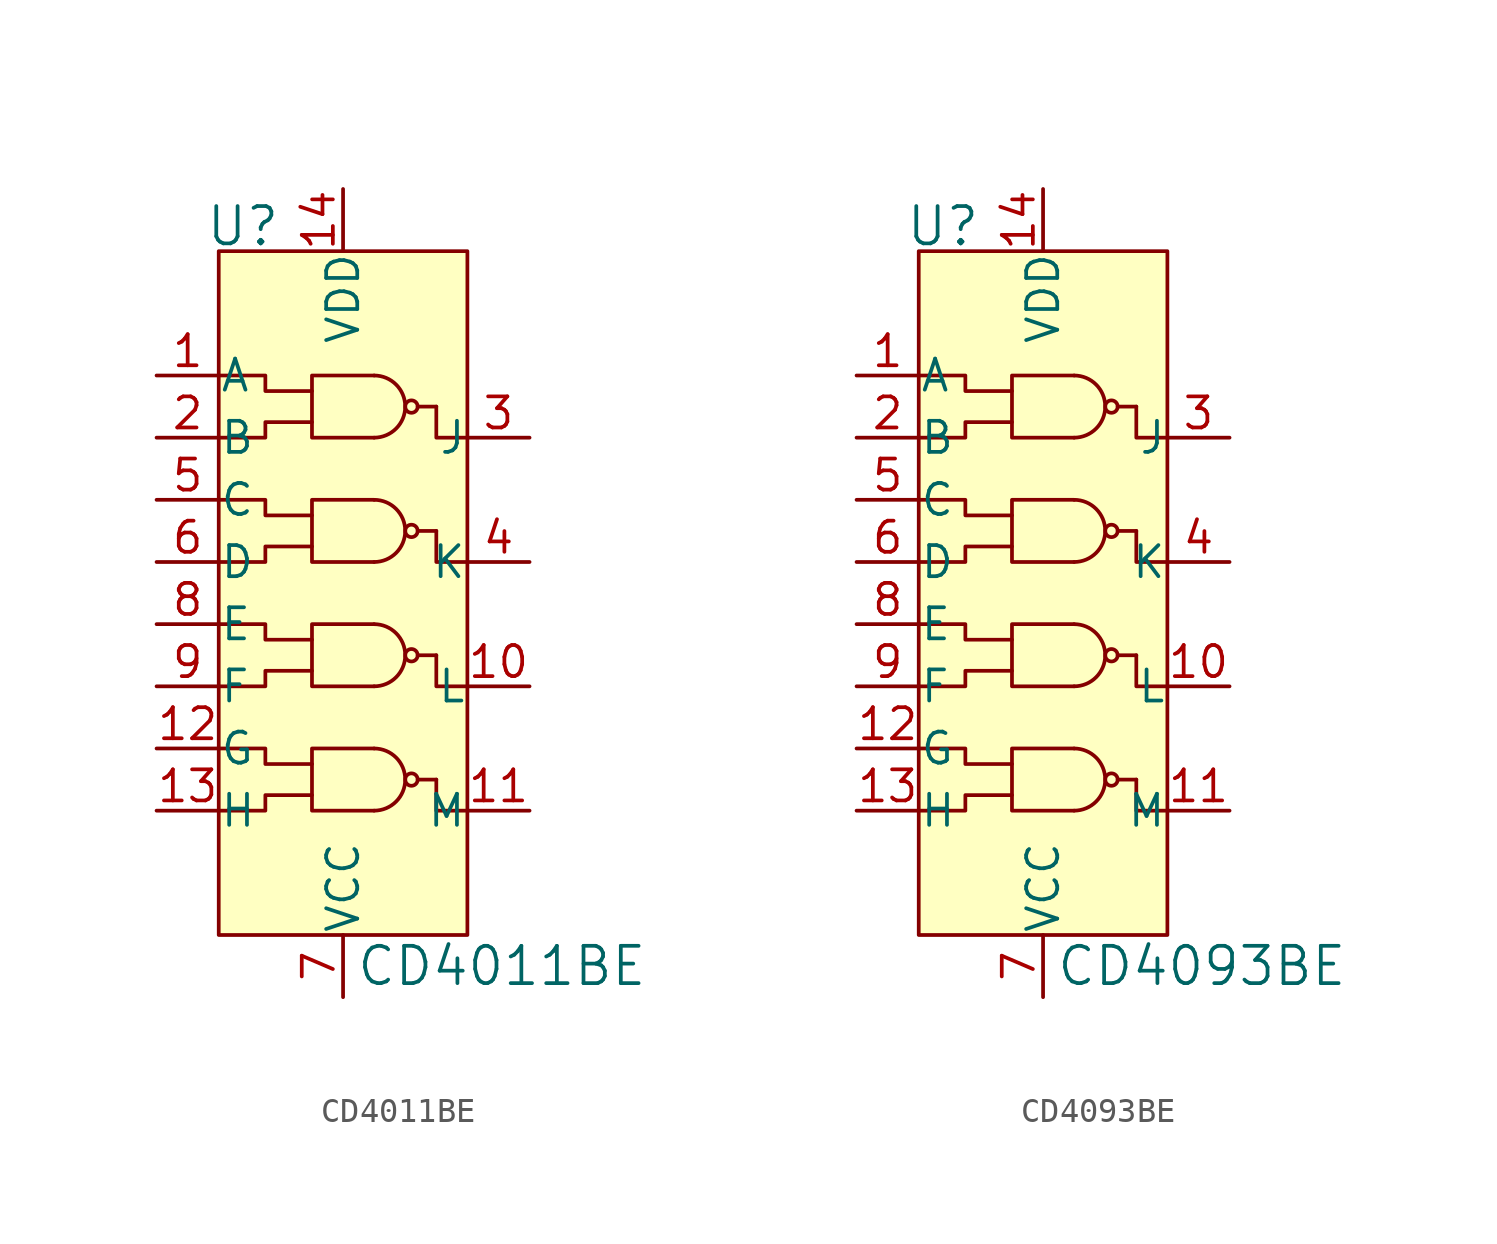
<source format=kicad_sym>
(kicad_symbol_lib
  (version 20211014)
  (generator kicad_symbol_editor)
  (symbol "CD4011BE"
    (pin_names
      (offset 0.025))
    (property "Reference" "U"
      (at -5.08 11.176 0)
      (effects (font (size 1.524 1.524)) (justify right)))
    (property "Value" "CD4011BE"
      (at -2.032 -19.05 0)
      (effects (font (size 1.524 1.524)) (justify left)))
    (symbol "CD4011BE_0_1"
      (rectangle (start -7.62 10.16) (end 2.54 -17.78) (stroke (width 0) (type default) (color 0 0 0 0)) (fill (type background)))
      (arc (start -1.27 -12.7) (mid 0 -11.43) (end -1.27 -10.16) (stroke (width 0) (type default) (color 0 0 0 0)) (fill (type none)))
      (arc (start -1.27 -7.62) (mid 0 -6.35) (end -1.27 -5.08) (stroke (width 0) (type default) (color 0 0 0 0)) (fill (type none)))
      (arc (start -1.27 -2.54) (mid 0 -1.27) (end -1.27 0) (stroke (width 0) (type default) (color 0 0 0 0)) (fill (type none)))
      (arc (start -1.27 2.54) (mid 0 3.81) (end -1.27 5.08) (stroke (width 0) (type default) (color 0 0 0 0)) (fill (type none)))
      (polyline (pts (xy 0.508 -11.43) (xy 1.27 -11.43)) (stroke (width 0) (type default) (color 0 0 0 0)) (fill (type none)))
      (polyline (pts (xy 0.508 3.81) (xy 1.27 3.81)) (stroke (width 0) (type default) (color 0 0 0 0)) (fill (type none)))
      (polyline (pts (xy 1.27 -6.35) (xy 0.508 -6.35)) (stroke (width 0) (type default) (color 0 0 0 0)) (fill (type none)))
      (polyline (pts (xy 1.27 -1.27) (xy 0.508 -1.27)) (stroke (width 0) (type default) (color 0 0 0 0)) (fill (type none)))
      (polyline (pts (xy 1.27 -11.43) (xy 1.27 -12.7) (xy 2.54 -12.7)) (stroke (width 0) (type default) (color 0 0 0 0)) (fill (type none)))
      (polyline (pts (xy 1.27 -6.35) (xy 1.27 -7.62) (xy 2.54 -7.62)) (stroke (width 0) (type default) (color 0 0 0 0)) (fill (type none)))
      (polyline (pts (xy 1.27 -1.27) (xy 1.27 -2.54) (xy 2.54 -2.54)) (stroke (width 0) (type default) (color 0 0 0 0)) (fill (type none)))
      (polyline (pts (xy 1.27 3.81) (xy 1.27 2.54) (xy 2.54 2.54)) (stroke (width 0) (type default) (color 0 0 0 0)) (fill (type none)))
      (polyline (pts (xy -7.62 -12.7) (xy -5.715 -12.7) (xy -5.715 -12.065) (xy -3.81 -12.065)) (stroke (width 0) (type default) (color 0 0 0 0)) (fill (type none)))
      (polyline (pts (xy -7.62 -7.62) (xy -5.715 -7.62) (xy -5.715 -6.985) (xy -3.81 -6.985)) (stroke (width 0) (type default) (color 0 0 0 0)) (fill (type none)))
      (polyline (pts (xy -7.62 -2.54) (xy -5.715 -2.54) (xy -5.715 -1.905) (xy -3.81 -1.905)) (stroke (width 0) (type default) (color 0 0 0 0)) (fill (type none)))
      (polyline (pts (xy -3.81 -10.795) (xy -5.715 -10.795) (xy -5.715 -10.16) (xy -7.62 -10.16)) (stroke (width 0) (type default) (color 0 0 0 0)) (fill (type none)))
      (polyline (pts (xy -3.81 -5.715) (xy -5.715 -5.715) (xy -5.715 -5.08) (xy -7.62 -5.08)) (stroke (width 0) (type default) (color 0 0 0 0)) (fill (type none)))
      (polyline (pts (xy -3.81 -0.635) (xy -5.715 -0.635) (xy -5.715 0) (xy -7.62 0)) (stroke (width 0) (type default) (color 0 0 0 0)) (fill (type none)))
      (polyline (pts (xy -3.81 3.175) (xy -5.715 3.175) (xy -5.715 2.54) (xy -7.62 2.54)) (stroke (width 0) (type default) (color 0 0 0 0)) (fill (type none)))
      (polyline (pts (xy -3.81 4.445) (xy -5.715 4.445) (xy -5.715 5.08) (xy -7.62 5.08)) (stroke (width 0) (type default) (color 0 0 0 0)) (fill (type none)))
      (polyline (pts (xy -1.27 -10.16) (xy -3.81 -10.16) (xy -3.81 -12.7) (xy -1.27 -12.7)) (stroke (width 0) (type default) (color 0 0 0 0)) (fill (type none)))
      (polyline (pts (xy -1.27 -5.08) (xy -3.81 -5.08) (xy -3.81 -7.62) (xy -1.27 -7.62)) (stroke (width 0) (type default) (color 0 0 0 0)) (fill (type none)))
      (polyline (pts (xy -1.27 0) (xy -3.81 0) (xy -3.81 -2.54) (xy -1.27 -2.54)) (stroke (width 0) (type default) (color 0 0 0 0)) (fill (type none)))
      (polyline (pts (xy -1.27 5.08) (xy -3.81 5.08) (xy -3.81 2.54) (xy -1.27 2.54)) (stroke (width 0) (type default) (color 0 0 0 0)) (fill (type none)))
      (circle (center 0.254 -11.43) (radius 0.254) (stroke (width 0) (type default) (color 0 0 0 0)) (fill (type none)))
      (circle (center 0.254 -6.35) (radius 0.254) (stroke (width 0) (type default) (color 0 0 0 0)) (fill (type none)))
      (circle (center 0.254 -1.27) (radius 0.254) (stroke (width 0) (type default) (color 0 0 0 0)) (fill (type none)))
      (circle (center 0.254 3.81) (radius 0.254) (stroke (width 0) (type default) (color 0 0 0 0)) (fill (type none))))
    (symbol "CD4011BE_1_1"
      (pin input line (at -10.16 5.08 0) (length 2.54) (name "A" (effects (font (size 1.27 1.27)))) (number "1" (effects (font (size 1.27 1.27)))))
      (pin output line (at 5.08 -7.62 180) (length 2.54) (name "L" (effects (font (size 1.27 1.27)))) (number "10" (effects (font (size 1.27 1.27)))))
      (pin output line (at 5.08 -12.7 180) (length 2.54) (name "M" (effects (font (size 1.27 1.27)))) (number "11" (effects (font (size 1.27 1.27)))))
      (pin input line (at -10.16 -10.16 0) (length 2.54) (name "G" (effects (font (size 1.27 1.27)))) (number "12" (effects (font (size 1.27 1.27)))))
      (pin input line (at -10.16 -12.7 0) (length 2.54) (name "H" (effects (font (size 1.27 1.27)))) (number "13" (effects (font (size 1.27 1.27)))))
      (pin power_in line (at -2.54 12.7 270) (length 2.54) (name "VDD" (effects (font (size 1.27 1.27)))) (number "14" (effects (font (size 1.27 1.27)))))
      (pin input line (at -10.16 2.54 0) (length 2.54) (name "B" (effects (font (size 1.27 1.27)))) (number "2" (effects (font (size 1.27 1.27)))))
      (pin output line (at 5.08 2.54 180) (length 2.54) (name "J" (effects (font (size 1.27 1.27)))) (number "3" (effects (font (size 1.27 1.27)))))
      (pin output line (at 5.08 -2.54 180) (length 2.54) (name "K" (effects (font (size 1.27 1.27)))) (number "4" (effects (font (size 1.27 1.27)))))
      (pin input line (at -10.16 0 0) (length 2.54) (name "C" (effects (font (size 1.27 1.27)))) (number "5" (effects (font (size 1.27 1.27)))))
      (pin input line (at -10.16 -2.54 0) (length 2.54) (name "D" (effects (font (size 1.27 1.27)))) (number "6" (effects (font (size 1.27 1.27)))))
      (pin power_in line (at -2.54 -20.32 90) (length 2.54) (name "VCC" (effects (font (size 1.27 1.27)))) (number "7" (effects (font (size 1.27 1.27)))))
      (pin input line (at -10.16 -5.08 0) (length 2.54) (name "E" (effects (font (size 1.27 1.27)))) (number "8" (effects (font (size 1.27 1.27)))))
      (pin input line (at -10.16 -7.62 0) (length 2.54) (name "F" (effects (font (size 1.27 1.27)))) (number "9" (effects (font (size 1.27 1.27)))))))
  (symbol "CD4093BE"
    (pin_names
      (offset 0.025))
    (property "Reference" "U"
      (at -2.54 11.176 0)
      (effects (font (size 1.524 1.524)) (justify right)))
    (property "Value" "CD4093BE"
      (at 0.508 -19.05 0)
      (effects (font (size 1.524 1.524)) (justify left)))
    (symbol "CD4093BE_0_1"
      (rectangle (start -5.08 10.16) (end 5.08 -17.78) (stroke (width 0) (type default) (color 0 0 0 0)) (fill (type background)))
      (polyline (pts (xy 3.048 -11.43) (xy 3.81 -11.43)) (stroke (width 0) (type default) (color 0 0 0 0)) (fill (type none)))
      (polyline (pts (xy 3.048 3.81) (xy 3.81 3.81)) (stroke (width 0) (type default) (color 0 0 0 0)) (fill (type none)))
      (polyline (pts (xy 3.81 -6.35) (xy 3.048 -6.35)) (stroke (width 0) (type default) (color 0 0 0 0)) (fill (type none)))
      (polyline (pts (xy 3.81 -1.27) (xy 3.048 -1.27)) (stroke (width 0) (type default) (color 0 0 0 0)) (fill (type none)))
      (polyline (pts (xy 3.81 -11.43) (xy 3.81 -12.7) (xy 5.08 -12.7)) (stroke (width 0) (type default) (color 0 0 0 0)) (fill (type none)))
      (polyline (pts (xy 3.81 -6.35) (xy 3.81 -7.62) (xy 5.08 -7.62)) (stroke (width 0) (type default) (color 0 0 0 0)) (fill (type none)))
      (polyline (pts (xy 3.81 -1.27) (xy 3.81 -2.54) (xy 5.08 -2.54)) (stroke (width 0) (type default) (color 0 0 0 0)) (fill (type none)))
      (polyline (pts (xy 3.81 3.81) (xy 3.81 2.54) (xy 5.08 2.54)) (stroke (width 0) (type default) (color 0 0 0 0)) (fill (type none)))
      (polyline (pts (xy -5.08 -12.7) (xy -3.175 -12.7) (xy -3.175 -12.065) (xy -1.27 -12.065)) (stroke (width 0) (type default) (color 0 0 0 0)) (fill (type none)))
      (polyline (pts (xy -5.08 -7.62) (xy -3.175 -7.62) (xy -3.175 -6.985) (xy -1.27 -6.985)) (stroke (width 0) (type default) (color 0 0 0 0)) (fill (type none)))
      (polyline (pts (xy -5.08 -2.54) (xy -3.175 -2.54) (xy -3.175 -1.905) (xy -1.27 -1.905)) (stroke (width 0) (type default) (color 0 0 0 0)) (fill (type none)))
      (polyline (pts (xy -1.27 -10.795) (xy -3.175 -10.795) (xy -3.175 -10.16) (xy -5.08 -10.16)) (stroke (width 0) (type default) (color 0 0 0 0)) (fill (type none)))
      (polyline (pts (xy -1.27 -5.715) (xy -3.175 -5.715) (xy -3.175 -5.08) (xy -5.08 -5.08)) (stroke (width 0) (type default) (color 0 0 0 0)) (fill (type none)))
      (polyline (pts (xy -1.27 -0.635) (xy -3.175 -0.635) (xy -3.175 0) (xy -5.08 0)) (stroke (width 0) (type default) (color 0 0 0 0)) (fill (type none)))
      (polyline (pts (xy -1.27 3.175) (xy -3.175 3.175) (xy -3.175 2.54) (xy -5.08 2.54)) (stroke (width 0) (type default) (color 0 0 0 0)) (fill (type none)))
      (polyline (pts (xy -1.27 4.445) (xy -3.175 4.445) (xy -3.175 5.08) (xy -5.08 5.08)) (stroke (width 0) (type default) (color 0 0 0 0)) (fill (type none)))
      (polyline (pts (xy 1.27 -10.16) (xy -1.27 -10.16) (xy -1.27 -12.7) (xy 1.27 -12.7)) (stroke (width 0) (type default) (color 0 0 0 0)) (fill (type none)))
      (polyline (pts (xy 1.27 -5.08) (xy -1.27 -5.08) (xy -1.27 -7.62) (xy 1.27 -7.62)) (stroke (width 0) (type default) (color 0 0 0 0)) (fill (type none)))
      (polyline (pts (xy 1.27 0) (xy -1.27 0) (xy -1.27 -2.54) (xy 1.27 -2.54)) (stroke (width 0) (type default) (color 0 0 0 0)) (fill (type none)))
      (polyline (pts (xy 1.27 5.08) (xy -1.27 5.08) (xy -1.27 2.54) (xy 1.27 2.54)) (stroke (width 0) (type default) (color 0 0 0 0)) (fill (type none)))
      (arc (start 1.27 -12.7) (mid 2.54 -11.43) (end 1.27 -10.16) (stroke (width 0) (type default) (color 0 0 0 0)) (fill (type none)))
      (arc (start 1.27 -7.62) (mid 2.54 -6.35) (end 1.27 -5.08) (stroke (width 0) (type default) (color 0 0 0 0)) (fill (type none)))
      (arc (start 1.27 -2.54) (mid 2.54 -1.27) (end 1.27 0) (stroke (width 0) (type default) (color 0 0 0 0)) (fill (type none)))
      (arc (start 1.27 2.54) (mid 2.54 3.81) (end 1.27 5.08) (stroke (width 0) (type default) (color 0 0 0 0)) (fill (type none)))
      (circle (center 2.794 -11.43) (radius 0.254) (stroke (width 0) (type default) (color 0 0 0 0)) (fill (type none)))
      (circle (center 2.794 -6.35) (radius 0.254) (stroke (width 0) (type default) (color 0 0 0 0)) (fill (type none)))
      (circle (center 2.794 -1.27) (radius 0.254) (stroke (width 0) (type default) (color 0 0 0 0)) (fill (type none)))
      (circle (center 2.794 3.81) (radius 0.254) (stroke (width 0) (type default) (color 0 0 0 0)) (fill (type none))))
    (symbol "CD4093BE_1_1"
      (pin input line (at -7.62 5.08 0) (length 2.54) (name "A" (effects (font (size 1.27 1.27)))) (number "1" (effects (font (size 1.27 1.27)))))
      (pin output line (at 7.62 -7.62 180) (length 2.54) (name "L" (effects (font (size 1.27 1.27)))) (number "10" (effects (font (size 1.27 1.27)))))
      (pin output line (at 7.62 -12.7 180) (length 2.54) (name "M" (effects (font (size 1.27 1.27)))) (number "11" (effects (font (size 1.27 1.27)))))
      (pin input line (at -7.62 -10.16 0) (length 2.54) (name "G" (effects (font (size 1.27 1.27)))) (number "12" (effects (font (size 1.27 1.27)))))
      (pin input line (at -7.62 -12.7 0) (length 2.54) (name "H" (effects (font (size 1.27 1.27)))) (number "13" (effects (font (size 1.27 1.27)))))
      (pin power_in line (at 0 12.7 270) (length 2.54) (name "VDD" (effects (font (size 1.27 1.27)))) (number "14" (effects (font (size 1.27 1.27)))))
      (pin input line (at -7.62 2.54 0) (length 2.54) (name "B" (effects (font (size 1.27 1.27)))) (number "2" (effects (font (size 1.27 1.27)))))
      (pin output line (at 7.62 2.54 180) (length 2.54) (name "J" (effects (font (size 1.27 1.27)))) (number "3" (effects (font (size 1.27 1.27)))))
      (pin output line (at 7.62 -2.54 180) (length 2.54) (name "K" (effects (font (size 1.27 1.27)))) (number "4" (effects (font (size 1.27 1.27)))))
      (pin input line (at -7.62 0 0) (length 2.54) (name "C" (effects (font (size 1.27 1.27)))) (number "5" (effects (font (size 1.27 1.27)))))
      (pin input line (at -7.62 -2.54 0) (length 2.54) (name "D" (effects (font (size 1.27 1.27)))) (number "6" (effects (font (size 1.27 1.27)))))
      (pin power_in line (at 0 -20.32 90) (length 2.54) (name "VCC" (effects (font (size 1.27 1.27)))) (number "7" (effects (font (size 1.27 1.27)))))
      (pin input line (at -7.62 -5.08 0) (length 2.54) (name "E" (effects (font (size 1.27 1.27)))) (number "8" (effects (font (size 1.27 1.27)))))
      (pin input line (at -7.62 -7.62 0) (length 2.54) (name "F" (effects (font (size 1.27 1.27)))) (number "9" (effects (font (size 1.27 1.27))))))))
</source>
